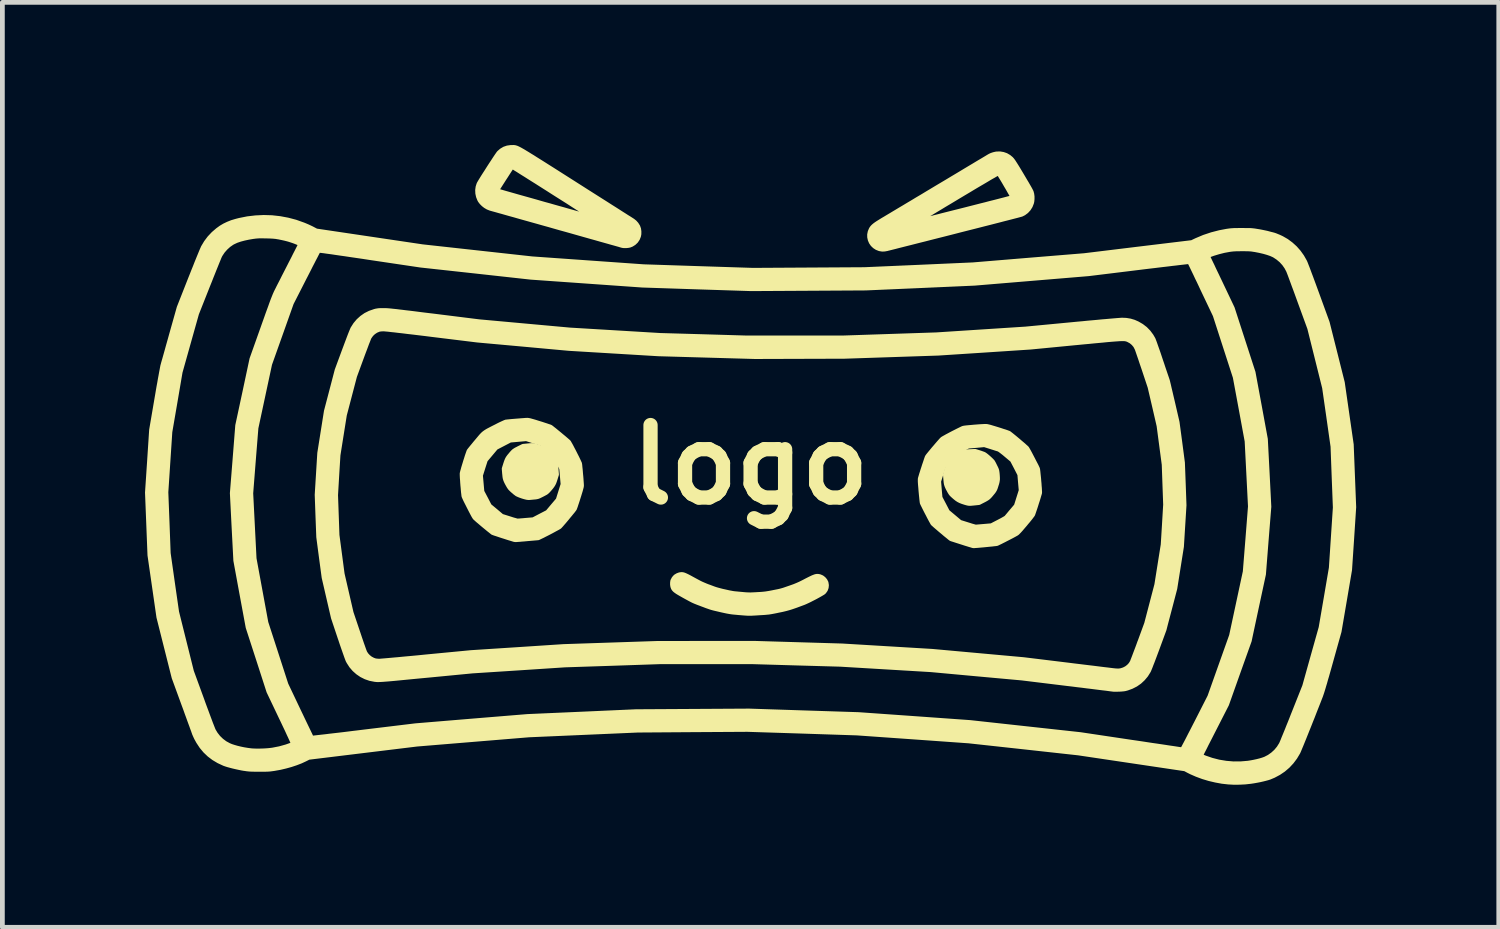
<source format=kicad_pcb>
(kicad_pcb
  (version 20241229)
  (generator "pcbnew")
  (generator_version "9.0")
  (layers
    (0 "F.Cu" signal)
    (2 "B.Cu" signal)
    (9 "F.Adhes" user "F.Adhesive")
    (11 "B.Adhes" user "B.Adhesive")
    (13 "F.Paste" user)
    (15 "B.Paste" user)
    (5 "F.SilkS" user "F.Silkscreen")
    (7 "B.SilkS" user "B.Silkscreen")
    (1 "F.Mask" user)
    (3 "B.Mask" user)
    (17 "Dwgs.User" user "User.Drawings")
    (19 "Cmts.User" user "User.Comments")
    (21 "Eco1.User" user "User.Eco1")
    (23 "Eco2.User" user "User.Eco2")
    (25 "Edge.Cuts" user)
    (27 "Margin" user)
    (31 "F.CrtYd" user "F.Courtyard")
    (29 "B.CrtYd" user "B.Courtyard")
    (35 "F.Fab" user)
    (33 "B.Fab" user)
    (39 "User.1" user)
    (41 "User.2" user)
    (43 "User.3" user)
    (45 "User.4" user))
  (footprint "logo"
    (layer "F.Cu")
    (at 12.736 6.724)
    (property "Reference" "logo" (at 0 0 0) (layer "F.SilkS") (effects (font (size 1.524 1.524) (thickness 0.3))))
    (attr through_hole)
    (fp_poly (pts (xy 5.193 0.275) (xy 5.193 0.309) (xy 5.189 0.339) (xy 5.183 0.371) (xy 5.173 0.407) (xy 5.169 0.418) (xy 5.156 0.46) (xy 5.145 0.493) (xy 5.133 0.52) (xy 5.119 0.544) (xy 5.101 0.57) (xy 5.076 0.6) (xy 5.063 0.616) (xy 5.037 0.647) (xy 5.015 0.67) (xy 4.995 0.689) (xy 4.973 0.705) (xy 4.947 0.721) (xy 4.914 0.739) (xy 4.879 0.757) (xy 4.803 0.796) (xy 4.709 0.806) (xy 4.667 0.81) (xy 4.636 0.813) (xy 4.611 0.814) (xy 4.591 0.813) (xy 4.572 0.81) (xy 4.551 0.805) (xy 4.525 0.798) (xy 4.505 0.792) (xy 4.453 0.775) (xy 4.41 0.758) (xy 4.373 0.739) (xy 4.338 0.716) (xy 4.302 0.687) (xy 4.282 0.67) (xy 4.253 0.644) (xy 4.231 0.623) (xy 4.214 0.603) (xy 4.199 0.58) (xy 4.182 0.552) (xy 4.177 0.541) (xy 4.154 0.5) (xy 4.138 0.466) (xy 4.126 0.436) (xy 4.117 0.407) (xy 4.111 0.375) (xy 4.107 0.337) (xy 4.104 0.304) (xy 4.096 0.204) (xy 4.121 0.124) (xy 4.135 0.079) (xy 4.147 0.044) (xy 4.159 0.016) (xy 4.172 -0.009) (xy 4.189 -0.034) (xy 4.211 -0.062) (xy 4.234 -0.09) (xy 4.298 -0.165) (xy 4.387 -0.213) (xy 4.427 -0.234) (xy 4.46 -0.249) (xy 4.49 -0.26) (xy 4.519 -0.268) (xy 4.553 -0.273) (xy 4.593 -0.276) (xy 4.635 -0.278) (xy 4.722 -0.282) (xy 4.806 -0.256) (xy 4.84 -0.245) (xy 4.87 -0.234) (xy 4.895 -0.225) (xy 4.91 -0.219) (xy 4.911 -0.218) (xy 4.928 -0.207) (xy 4.952 -0.189) (xy 4.98 -0.166) (xy 5.01 -0.14) (xy 5.038 -0.114) (xy 5.063 -0.09) (xy 5.082 -0.07) (xy 5.091 -0.059) (xy 5.101 -0.041) (xy 5.115 -0.016) (xy 5.13 0.015) (xy 5.144 0.043) (xy 5.16 0.076) (xy 5.171 0.102) (xy 5.178 0.124) (xy 5.182 0.147) (xy 5.186 0.176) (xy 5.187 0.186) (xy 5.191 0.236) (xy 5.193 0.275)) (stroke (width 0.1) (type solid)) (fill yes) (layer "F.SilkS"))
    (fp_poly (pts (xy -4.081 0.206) (xy -4.11 0.299) (xy -4.124 0.342) (xy -4.137 0.377) (xy -4.152 0.407) (xy -4.17 0.436) (xy -4.192 0.466) (xy -4.221 0.501) (xy -4.237 0.519) (xy -4.257 0.542) (xy -4.274 0.559) (xy -4.29 0.573) (xy -4.307 0.586) (xy -4.329 0.598) (xy -4.357 0.613) (xy -4.386 0.628) (xy -4.422 0.646) (xy -4.449 0.659) (xy -4.471 0.668) (xy -4.49 0.673) (xy -4.509 0.677) (xy -4.531 0.68) (xy -4.555 0.682) (xy -4.588 0.685) (xy -4.618 0.688) (xy -4.642 0.69) (xy -4.652 0.691) (xy -4.675 0.691) (xy -4.7 0.688) (xy -4.703 0.688) (xy -4.732 0.681) (xy -4.766 0.672) (xy -4.804 0.66) (xy -4.841 0.647) (xy -4.874 0.634) (xy -4.9 0.622) (xy -4.914 0.615) (xy -4.931 0.602) (xy -4.955 0.584) (xy -4.981 0.561) (xy -5.003 0.543) (xy -5.03 0.518) (xy -5.051 0.497) (xy -5.068 0.475) (xy -5.085 0.449) (xy -5.101 0.421) (xy -5.124 0.379) (xy -5.141 0.344) (xy -5.153 0.314) (xy -5.162 0.284) (xy -5.168 0.251) (xy -5.172 0.21) (xy -5.175 0.183) (xy -5.183 0.083) (xy -5.154 -0.01) (xy -5.14 -0.053) (xy -5.127 -0.088) (xy -5.113 -0.119) (xy -5.096 -0.147) (xy -5.074 -0.177) (xy -5.045 -0.211) (xy -5.028 -0.232) (xy -5.007 -0.255) (xy -4.99 -0.273) (xy -4.974 -0.287) (xy -4.956 -0.299) (xy -4.934 -0.313) (xy -4.904 -0.328) (xy -4.88 -0.341) (xy -4.785 -0.388) (xy -4.685 -0.398) (xy -4.645 -0.402) (xy -4.615 -0.404) (xy -4.591 -0.404) (xy -4.57 -0.403) (xy -4.547 -0.398) (xy -4.52 -0.391) (xy -4.485 -0.38) (xy -4.472 -0.376) (xy -4.43 -0.363) (xy -4.398 -0.352) (xy -4.372 -0.34) (xy -4.348 -0.326) (xy -4.323 -0.308) (xy -4.293 -0.283) (xy -4.283 -0.275) (xy -4.251 -0.247) (xy -4.226 -0.224) (xy -4.206 -0.203) (xy -4.19 -0.181) (xy -4.174 -0.155) (xy -4.156 -0.123) (xy -4.141 -0.091) (xy -4.097 -0.003) (xy -4.089 0.102) (xy -4.081 0.206)) (stroke (width 0.1) (type solid)) (fill yes) (layer "F.SilkS"))
    (fp_poly (pts (xy 1.596 2.534) (xy 1.591 2.583) (xy 1.575 2.628) (xy 1.546 2.669) (xy 1.538 2.677) (xy 1.523 2.689) (xy 1.497 2.705) (xy 1.461 2.726) (xy 1.415 2.752) (xy 1.36 2.782) (xy 1.333 2.796) (xy 1.278 2.824) (xy 1.233 2.847) (xy 1.193 2.866) (xy 1.156 2.883) (xy 1.119 2.899) (xy 1.079 2.914) (xy 1.033 2.931) (xy 0.979 2.951) (xy 0.966 2.956) (xy 0.909 2.976) (xy 0.862 2.992) (xy 0.821 3.005) (xy 0.783 3.016) (xy 0.746 3.026) (xy 0.706 3.036) (xy 0.66 3.047) (xy 0.605 3.058) (xy 0.585 3.062) (xy 0.529 3.074) (xy 0.483 3.083) (xy 0.445 3.09) (xy 0.41 3.096) (xy 0.378 3.101) (xy 0.344 3.104) (xy 0.305 3.108) (xy 0.26 3.111) (xy 0.205 3.114) (xy 0.191 3.115) (xy 0.131 3.119) (xy 0.082 3.122) (xy 0.041 3.124) (xy 0.007 3.126) (xy -0.023 3.126) (xy -0.052 3.126) (xy -0.082 3.124) (xy -0.115 3.122) (xy -0.154 3.119) (xy -0.202 3.115) (xy -0.251 3.111) (xy -0.304 3.106) (xy -0.349 3.102) (xy -0.387 3.098) (xy -0.422 3.093) (xy -0.457 3.087) (xy -0.495 3.08) (xy -0.538 3.071) (xy -0.589 3.06) (xy -0.628 3.051) (xy -0.687 3.037) (xy -0.735 3.026) (xy -0.776 3.016) (xy -0.813 3.006) (xy -0.848 2.995) (xy -0.885 2.982) (xy -0.926 2.968) (xy -0.975 2.949) (xy -1.008 2.937) (xy -1.06 2.917) (xy -1.103 2.901) (xy -1.138 2.887) (xy -1.168 2.875) (xy -1.195 2.863) (xy -1.221 2.851) (xy -1.248 2.837) (xy -1.278 2.821) (xy -1.315 2.801) (xy -1.359 2.777) (xy -1.404 2.752) (xy -1.459 2.721) (xy -1.504 2.695) (xy -1.54 2.673) (xy -1.567 2.654) (xy -1.589 2.637) (xy -1.605 2.621) (xy -1.617 2.606) (xy -1.626 2.59) (xy -1.637 2.56) (xy -1.643 2.522) (xy -1.643 2.483) (xy -1.639 2.449) (xy -1.635 2.437) (xy -1.611 2.392) (xy -1.578 2.355) (xy -1.535 2.329) (xy -1.497 2.315) (xy -1.477 2.311) (xy -1.459 2.309) (xy -1.44 2.309) (xy -1.42 2.312) (xy -1.397 2.319) (xy -1.369 2.331) (xy -1.335 2.347) (xy -1.294 2.368) (xy -1.243 2.396) (xy -1.208 2.415) (xy -1.153 2.445) (xy -1.106 2.47) (xy -1.066 2.491) (xy -1.028 2.509) (xy -0.991 2.525) (xy -0.951 2.542) (xy -0.906 2.56) (xy -0.872 2.572) (xy -0.816 2.593) (xy -0.768 2.611) (xy -0.725 2.625) (xy -0.682 2.637) (xy -0.637 2.649) (xy -0.586 2.662) (xy -0.548 2.67) (xy -0.495 2.682) (xy -0.45 2.692) (xy -0.411 2.699) (xy -0.374 2.706) (xy -0.336 2.711) (xy -0.292 2.715) (xy -0.241 2.72) (xy -0.207 2.723) (xy -0.153 2.728) (xy -0.109 2.732) (xy -0.072 2.734) (xy -0.04 2.735) (xy -0.008 2.736) (xy 0.026 2.735) (xy 0.064 2.733) (xy 0.111 2.731) (xy 0.14 2.729) (xy 0.196 2.726) (xy 0.242 2.723) (xy 0.281 2.719) (xy 0.318 2.715) (xy 0.356 2.709) (xy 0.398 2.702) (xy 0.447 2.693) (xy 0.481 2.686) (xy 0.536 2.675) (xy 0.582 2.666) (xy 0.622 2.657) (xy 0.659 2.647) (xy 0.697 2.636) (xy 0.738 2.622) (xy 0.787 2.605) (xy 0.822 2.593) (xy 0.876 2.574) (xy 0.921 2.558) (xy 0.96 2.542) (xy 0.998 2.526) (xy 1.036 2.509) (xy 1.077 2.489) (xy 1.125 2.465) (xy 1.168 2.442) (xy 1.225 2.413) (xy 1.272 2.39) (xy 1.31 2.372) (xy 1.341 2.36) (xy 1.366 2.351) (xy 1.388 2.347) (xy 1.408 2.346) (xy 1.428 2.348) (xy 1.448 2.352) (xy 1.46 2.356) (xy 1.499 2.373) (xy 1.535 2.401) (xy 1.565 2.436) (xy 1.585 2.474) (xy 1.588 2.483) (xy 1.596 2.534)) (stroke (width 0.1) (type solid)) (fill yes) (layer "F.SilkS"))
    (fp_poly (pts (xy 5.921 -5.588) (xy 5.916 -5.537) (xy 5.909 -5.507) (xy 5.883 -5.441) (xy 5.846 -5.382) (xy 5.8 -5.332) (xy 5.745 -5.291) (xy 5.7 -5.268) (xy 5.691 -5.265) (xy 5.669 -5.259) (xy 5.636 -5.25) (xy 5.591 -5.238) (xy 5.536 -5.224) (xy 5.517 -5.219) (xy 5.517 -5.622) (xy 5.515 -5.628) (xy 5.507 -5.645) (xy 5.493 -5.67) (xy 5.475 -5.702) (xy 5.453 -5.74) (xy 5.429 -5.783) (xy 5.403 -5.828) (xy 5.375 -5.875) (xy 5.348 -5.922) (xy 5.321 -5.968) (xy 5.295 -6.011) (xy 5.271 -6.05) (xy 5.251 -6.083) (xy 5.234 -6.11) (xy 5.223 -6.128) (xy 5.217 -6.135) (xy 5.214 -6.135) (xy 5.208 -6.134) (xy 5.198 -6.129) (xy 5.183 -6.122) (xy 5.164 -6.112) (xy 5.139 -6.098) (xy 5.109 -6.08) (xy 5.071 -6.059) (xy 5.027 -6.034) (xy 4.976 -6.003) (xy 4.917 -5.968) (xy 4.849 -5.928) (xy 4.772 -5.883) (xy 4.686 -5.832) (xy 4.59 -5.774) (xy 4.484 -5.711) (xy 4.367 -5.641) (xy 4.357 -5.635) (xy 4.259 -5.576) (xy 4.164 -5.519) (xy 4.073 -5.465) (xy 3.986 -5.412) (xy 3.904 -5.363) (xy 3.828 -5.317) (xy 3.758 -5.275) (xy 3.694 -5.237) (xy 3.639 -5.204) (xy 3.591 -5.175) (xy 3.553 -5.151) (xy 3.524 -5.134) (xy 3.505 -5.122) (xy 3.496 -5.116) (xy 3.496 -5.116) (xy 3.491 -5.109) (xy 3.495 -5.107) (xy 3.502 -5.108) (xy 3.521 -5.113) (xy 3.552 -5.121) (xy 3.594 -5.131) (xy 3.647 -5.144) (xy 3.708 -5.16) (xy 3.778 -5.177) (xy 3.857 -5.197) (xy 3.942 -5.218) (xy 4.034 -5.242) (xy 4.133 -5.267) (xy 4.236 -5.293) (xy 4.344 -5.32) (xy 4.455 -5.348) (xy 4.507 -5.361) (xy 4.62 -5.39) (xy 4.73 -5.418) (xy 4.835 -5.445) (xy 4.936 -5.47) (xy 5.03 -5.495) (xy 5.119 -5.517) (xy 5.201 -5.538) (xy 5.274 -5.557) (xy 5.34 -5.574) (xy 5.396 -5.589) (xy 5.442 -5.601) (xy 5.478 -5.611) (xy 5.503 -5.617) (xy 5.516 -5.621) (xy 5.517 -5.622) (xy 5.517 -5.219) (xy 5.471 -5.207) (xy 5.397 -5.188) (xy 5.314 -5.167) (xy 5.223 -5.143) (xy 5.125 -5.118) (xy 5.02 -5.091) (xy 4.909 -5.063) (xy 4.792 -5.033) (xy 4.67 -5.002) (xy 4.543 -4.97) (xy 4.413 -4.937) (xy 4.297 -4.907) (xy 4.164 -4.873) (xy 4.034 -4.84) (xy 3.907 -4.808) (xy 3.785 -4.777) (xy 3.668 -4.747) (xy 3.556 -4.719) (xy 3.45 -4.692) (xy 3.352 -4.667) (xy 3.26 -4.644) (xy 3.177 -4.623) (xy 3.102 -4.604) (xy 3.037 -4.587) (xy 2.981 -4.573) (xy 2.936 -4.562) (xy 2.902 -4.553) (xy 2.88 -4.548) (xy 2.871 -4.545) (xy 2.817 -4.535) (xy 2.769 -4.533) (xy 2.722 -4.541) (xy 2.714 -4.542) (xy 2.658 -4.564) (xy 2.61 -4.595) (xy 2.569 -4.634) (xy 2.537 -4.68) (xy 2.515 -4.731) (xy 2.503 -4.785) (xy 2.502 -4.84) (xy 2.513 -4.896) (xy 2.534 -4.946) (xy 2.545 -4.966) (xy 2.558 -4.984) (xy 2.573 -5.001) (xy 2.592 -5.019) (xy 2.615 -5.038) (xy 2.645 -5.06) (xy 2.683 -5.085) (xy 2.728 -5.113) (xy 2.783 -5.147) (xy 2.831 -5.175) (xy 2.859 -5.192) (xy 2.899 -5.216) (xy 2.948 -5.245) (xy 3.006 -5.28) (xy 3.073 -5.32) (xy 3.148 -5.365) (xy 3.229 -5.413) (xy 3.317 -5.466) (xy 3.41 -5.521) (xy 3.507 -5.58) (xy 3.609 -5.64) (xy 3.713 -5.703) (xy 3.82 -5.767) (xy 3.928 -5.832) (xy 4.024 -5.889) (xy 4.13 -5.952) (xy 4.233 -6.014) (xy 4.332 -6.073) (xy 4.427 -6.13) (xy 4.518 -6.185) (xy 4.603 -6.236) (xy 4.682 -6.283) (xy 4.755 -6.327) (xy 4.82 -6.366) (xy 4.878 -6.4) (xy 4.928 -6.43) (xy 4.968 -6.454) (xy 4.999 -6.473) (xy 5.02 -6.485) (xy 5.03 -6.491) (xy 5.031 -6.492) (xy 5.068 -6.509) (xy 5.113 -6.524) (xy 5.161 -6.535) (xy 5.177 -6.537) (xy 5.244 -6.539) (xy 5.31 -6.528) (xy 5.373 -6.506) (xy 5.431 -6.472) (xy 5.477 -6.434) (xy 5.487 -6.423) (xy 5.498 -6.411) (xy 5.51 -6.395) (xy 5.524 -6.376) (xy 5.54 -6.351) (xy 5.56 -6.32) (xy 5.584 -6.282) (xy 5.612 -6.237) (xy 5.645 -6.182) (xy 5.684 -6.117) (xy 5.703 -6.085) (xy 5.738 -6.026) (xy 5.772 -5.968) (xy 5.804 -5.915) (xy 5.832 -5.866) (xy 5.857 -5.823) (xy 5.877 -5.787) (xy 5.891 -5.76) (xy 5.9 -5.742) (xy 5.902 -5.738) (xy 5.914 -5.694) (xy 5.921 -5.642) (xy 5.921 -5.588)) (stroke (width 0.1) (type solid)) (fill yes) (layer "F.SilkS"))
    (fp_poly (pts (xy -2.347 -4.905) (xy -2.348 -4.85) (xy -2.356 -4.809) (xy -2.378 -4.754) (xy -2.411 -4.705) (xy -2.454 -4.664) (xy -2.503 -4.633) (xy -2.546 -4.616) (xy -2.573 -4.611) (xy -2.606 -4.607) (xy -2.641 -4.606) (xy -2.673 -4.607) (xy -2.698 -4.611) (xy -2.7 -4.612) (xy -2.709 -4.614) (xy -2.73 -4.62) (xy -2.762 -4.63) (xy -2.805 -4.642) (xy -2.858 -4.657) (xy -2.92 -4.674) (xy -2.99 -4.694) (xy -3.068 -4.716) (xy -3.154 -4.74) (xy -3.245 -4.766) (xy -3.323 -4.788) (xy -3.323 -5.198) (xy -3.323 -5.2) (xy -3.329 -5.204) (xy -3.345 -5.215) (xy -3.372 -5.233) (xy -3.407 -5.256) (xy -3.45 -5.284) (xy -3.501 -5.316) (xy -3.559 -5.353) (xy -3.623 -5.394) (xy -3.692 -5.438) (xy -3.765 -5.485) (xy -3.842 -5.535) (xy -3.923 -5.586) (xy -4.005 -5.638) (xy -4.089 -5.691) (xy -4.174 -5.745) (xy -4.258 -5.799) (xy -4.342 -5.852) (xy -4.424 -5.904) (xy -4.504 -5.955) (xy -4.581 -6.003) (xy -4.654 -6.049) (xy -4.723 -6.093) (xy -4.786 -6.132) (xy -4.843 -6.168) (xy -4.893 -6.2) (xy -4.936 -6.226) (xy -4.97 -6.248) (xy -4.996 -6.263) (xy -5.011 -6.272) (xy -5.016 -6.275) (xy -5.021 -6.269) (xy -5.032 -6.253) (xy -5.049 -6.227) (xy -5.07 -6.195) (xy -5.096 -6.155) (xy -5.125 -6.11) (xy -5.157 -6.06) (xy -5.184 -6.019) (xy -5.346 -5.765) (xy -5.328 -5.759) (xy -5.32 -5.756) (xy -5.299 -5.751) (xy -5.268 -5.742) (xy -5.226 -5.73) (xy -5.175 -5.715) (xy -5.115 -5.698) (xy -5.048 -5.679) (xy -4.974 -5.658) (xy -4.894 -5.635) (xy -4.808 -5.611) (xy -4.719 -5.586) (xy -4.626 -5.56) (xy -4.53 -5.533) (xy -4.433 -5.505) (xy -4.335 -5.477) (xy -4.236 -5.45) (xy -4.139 -5.422) (xy -4.043 -5.395) (xy -3.949 -5.369) (xy -3.859 -5.343) (xy -3.773 -5.319) (xy -3.692 -5.296) (xy -3.617 -5.275) (xy -3.549 -5.256) (xy -3.488 -5.239) (xy -3.436 -5.224) (xy -3.393 -5.212) (xy -3.36 -5.203) (xy -3.337 -5.197) (xy -3.327 -5.194) (xy -3.327 -5.194) (xy -3.323 -5.198) (xy -3.323 -4.788) (xy -3.342 -4.793) (xy -3.444 -4.822) (xy -3.55 -4.852) (xy -3.66 -4.883) (xy -3.772 -4.915) (xy -3.886 -4.947) (xy -4.002 -4.979) (xy -4.118 -5.012) (xy -4.233 -5.045) (xy -4.348 -5.077) (xy -4.461 -5.109) (xy -4.572 -5.14) (xy -4.679 -5.17) (xy -4.783 -5.199) (xy -4.882 -5.227) (xy -4.976 -5.254) (xy -5.064 -5.278) (xy -5.145 -5.301) (xy -5.218 -5.322) (xy -5.284 -5.34) (xy -5.34 -5.356) (xy -5.387 -5.369) (xy -5.423 -5.379) (xy -5.449 -5.386) (xy -5.462 -5.39) (xy -5.464 -5.39) (xy -5.48 -5.396) (xy -5.503 -5.405) (xy -5.529 -5.416) (xy -5.534 -5.419) (xy -5.576 -5.444) (xy -5.618 -5.477) (xy -5.656 -5.515) (xy -5.687 -5.555) (xy -5.7 -5.579) (xy -5.725 -5.642) (xy -5.739 -5.708) (xy -5.742 -5.776) (xy -5.733 -5.842) (xy -5.714 -5.901) (xy -5.707 -5.915) (xy -5.693 -5.939) (xy -5.674 -5.971) (xy -5.65 -6.01) (xy -5.622 -6.055) (xy -5.591 -6.104) (xy -5.557 -6.156) (xy -5.523 -6.21) (xy -5.488 -6.265) (xy -5.453 -6.319) (xy -5.419 -6.37) (xy -5.388 -6.418) (xy -5.359 -6.462) (xy -5.334 -6.499) (xy -5.314 -6.528) (xy -5.299 -6.549) (xy -5.29 -6.56) (xy -5.237 -6.606) (xy -5.178 -6.641) (xy -5.114 -6.663) (xy -5.044 -6.673) (xy -5.02 -6.673) (xy -5.007 -6.673) (xy -4.996 -6.674) (xy -4.985 -6.674) (xy -4.975 -6.673) (xy -4.964 -6.672) (xy -4.953 -6.67) (xy -4.94 -6.666) (xy -4.926 -6.662) (xy -4.909 -6.655) (xy -4.89 -6.646) (xy -4.868 -6.635) (xy -4.842 -6.621) (xy -4.812 -6.604) (xy -4.777 -6.584) (xy -4.738 -6.56) (xy -4.693 -6.533) (xy -4.642 -6.501) (xy -4.584 -6.466) (xy -4.52 -6.425) (xy -4.448 -6.38) (xy -4.368 -6.33) (xy -4.28 -6.274) (xy -4.183 -6.213) (xy -4.076 -6.145) (xy -3.96 -6.071) (xy -3.834 -5.991) (xy -3.697 -5.904) (xy -3.677 -5.891) (xy -3.562 -5.818) (xy -3.451 -5.747) (xy -3.342 -5.678) (xy -3.238 -5.612) (xy -3.137 -5.548) (xy -3.042 -5.488) (xy -2.953 -5.431) (xy -2.869 -5.378) (xy -2.792 -5.329) (xy -2.722 -5.284) (xy -2.66 -5.245) (xy -2.606 -5.21) (xy -2.56 -5.182) (xy -2.524 -5.159) (xy -2.498 -5.142) (xy -2.482 -5.132) (xy -2.478 -5.129) (xy -2.439 -5.098) (xy -2.404 -5.059) (xy -2.376 -5.015) (xy -2.371 -5.006) (xy -2.354 -4.958) (xy -2.347 -4.905)) (stroke (width 0.1) (type solid)) (fill yes) (layer "F.SilkS"))
    (fp_poly (pts (xy -3.556 0.436) (xy -3.557 0.451) (xy -3.561 0.473) (xy -3.569 0.502) (xy -3.579 0.54) (xy -3.594 0.589) (xy -3.612 0.648) (xy -3.624 0.685) (xy -3.64 0.737) (xy -3.656 0.786) (xy -3.671 0.83) (xy -3.683 0.868) (xy -3.694 0.898) (xy -3.701 0.917) (xy -3.704 0.924) (xy -3.711 0.934) (xy -3.725 0.953) (xy -3.745 0.979) (xy -3.771 1.01) (xy -3.8 1.046) (xy -3.832 1.084) (xy -3.864 1.124) (xy -3.897 1.163) (xy -3.928 1.2) (xy -3.945 1.219) (xy -3.945 0.411) (xy -3.96 0.244) (xy -3.975 0.076) (xy -4.053 -0.074) (xy -4.131 -0.225) (xy -4.263 -0.335) (xy -4.395 -0.446) (xy -4.556 -0.496) (xy -4.717 -0.547) (xy -4.887 -0.532) (xy -5.057 -0.517) (xy -5.207 -0.439) (xy -5.357 -0.361) (xy -5.467 -0.23) (xy -5.577 -0.099) (xy -5.629 0.063) (xy -5.68 0.225) (xy -5.665 0.395) (xy -5.65 0.565) (xy -5.571 0.715) (xy -5.493 0.866) (xy -5.363 0.974) (xy -5.234 1.083) (xy -5.078 1.132) (xy -5.034 1.146) (xy -4.993 1.159) (xy -4.957 1.169) (xy -4.928 1.177) (xy -4.908 1.182) (xy -4.901 1.183) (xy -4.889 1.182) (xy -4.865 1.181) (xy -4.832 1.178) (xy -4.793 1.175) (xy -4.749 1.171) (xy -4.725 1.169) (xy -4.57 1.156) (xy -4.419 1.077) (xy -4.268 0.999) (xy -4.158 0.868) (xy -4.047 0.737) (xy -3.996 0.574) (xy -3.945 0.411) (xy -3.945 1.219) (xy -3.957 1.233) (xy -3.982 1.262) (xy -4.002 1.284) (xy -4.015 1.298) (xy -4.018 1.301) (xy -4.028 1.308) (xy -4.048 1.32) (xy -4.077 1.336) (xy -4.113 1.355) (xy -4.153 1.377) (xy -4.197 1.401) (xy -4.243 1.425) (xy -4.288 1.448) (xy -4.332 1.47) (xy -4.372 1.491) (xy -4.406 1.507) (xy -4.468 1.537) (xy -4.699 1.557) (xy -4.763 1.563) (xy -4.815 1.567) (xy -4.856 1.571) (xy -4.889 1.573) (xy -4.913 1.575) (xy -4.932 1.576) (xy -4.945 1.576) (xy -4.955 1.575) (xy -4.963 1.574) (xy -4.97 1.573) (xy -4.984 1.569) (xy -5.009 1.561) (xy -5.042 1.551) (xy -5.082 1.539) (xy -5.126 1.525) (xy -5.172 1.51) (xy -5.22 1.495) (xy -5.266 1.48) (xy -5.31 1.465) (xy -5.349 1.452) (xy -5.381 1.442) (xy -5.405 1.433) (xy -5.418 1.428) (xy -5.42 1.428) (xy -5.43 1.421) (xy -5.449 1.406) (xy -5.475 1.385) (xy -5.507 1.36) (xy -5.543 1.33) (xy -5.581 1.299) (xy -5.621 1.266) (xy -5.66 1.233) (xy -5.697 1.201) (xy -5.731 1.173) (xy -5.759 1.148) (xy -5.781 1.128) (xy -5.795 1.115) (xy -5.799 1.111) (xy -5.807 1.098) (xy -5.821 1.076) (xy -5.838 1.045) (xy -5.858 1.007) (xy -5.88 0.965) (xy -5.903 0.92) (xy -5.927 0.873) (xy -5.95 0.827) (xy -5.972 0.784) (xy -5.992 0.744) (xy -6.008 0.71) (xy -6.02 0.683) (xy -6.027 0.666) (xy -6.029 0.662) (xy -6.032 0.644) (xy -6.035 0.615) (xy -6.04 0.577) (xy -6.044 0.532) (xy -6.048 0.483) (xy -6.053 0.432) (xy -6.057 0.38) (xy -6.06 0.33) (xy -6.064 0.283) (xy -6.066 0.243) (xy -6.067 0.211) (xy -6.067 0.189) (xy -6.067 0.184) (xy -6.064 0.169) (xy -6.058 0.143) (xy -6.048 0.109) (xy -6.037 0.067) (xy -6.023 0.021) (xy -6.008 -0.028) (xy -5.993 -0.078) (xy -5.977 -0.127) (xy -5.963 -0.173) (xy -5.949 -0.214) (xy -5.937 -0.248) (xy -5.928 -0.274) (xy -5.922 -0.288) (xy -5.915 -0.298) (xy -5.901 -0.316) (xy -5.881 -0.341) (xy -5.855 -0.373) (xy -5.824 -0.41) (xy -5.791 -0.451) (xy -5.763 -0.484) (xy -5.726 -0.528) (xy -5.695 -0.565) (xy -5.669 -0.596) (xy -5.646 -0.621) (xy -5.624 -0.643) (xy -5.603 -0.661) (xy -5.58 -0.678) (xy -5.554 -0.695) (xy -5.524 -0.713) (xy -5.488 -0.732) (xy -5.444 -0.755) (xy -5.391 -0.782) (xy -5.347 -0.804) (xy -5.299 -0.829) (xy -5.254 -0.851) (xy -5.215 -0.869) (xy -5.182 -0.884) (xy -5.158 -0.894) (xy -5.144 -0.899) (xy -5.144 -0.899) (xy -5.125 -0.901) (xy -5.095 -0.904) (xy -5.057 -0.908) (xy -5.013 -0.912) (xy -4.964 -0.916) (xy -4.914 -0.92) (xy -4.864 -0.924) (xy -4.817 -0.928) (xy -4.774 -0.931) (xy -4.738 -0.934) (xy -4.712 -0.935) (xy -4.697 -0.936) (xy -4.683 -0.935) (xy -4.665 -0.932) (xy -4.643 -0.928) (xy -4.615 -0.92) (xy -4.579 -0.91) (xy -4.534 -0.897) (xy -4.478 -0.879) (xy -4.442 -0.868) (xy -4.39 -0.852) (xy -4.342 -0.836) (xy -4.298 -0.822) (xy -4.261 -0.809) (xy -4.232 -0.8) (xy -4.214 -0.793) (xy -4.208 -0.79) (xy -4.199 -0.784) (xy -4.181 -0.77) (xy -4.156 -0.75) (xy -4.125 -0.726) (xy -4.09 -0.697) (xy -4.052 -0.666) (xy -4.013 -0.634) (xy -3.974 -0.601) (xy -3.936 -0.57) (xy -3.902 -0.541) (xy -3.873 -0.516) (xy -3.85 -0.496) (xy -3.834 -0.482) (xy -3.828 -0.476) (xy -3.821 -0.466) (xy -3.809 -0.444) (xy -3.792 -0.415) (xy -3.772 -0.378) (xy -3.751 -0.337) (xy -3.727 -0.292) (xy -3.703 -0.245) (xy -3.68 -0.199) (xy -3.657 -0.154) (xy -3.637 -0.113) (xy -3.62 -0.077) (xy -3.607 -0.048) (xy -3.598 -0.029) (xy -3.596 -0.02) (xy -3.593 -0.005) (xy -3.59 0.021) (xy -3.587 0.056) (xy -3.582 0.099) (xy -3.578 0.146) (xy -3.574 0.196) (xy -3.569 0.246) (xy -3.565 0.295) (xy -3.562 0.34) (xy -3.559 0.38) (xy -3.557 0.411) (xy -3.556 0.433) (xy -3.556 0.436)) (stroke (width 0.1) (type solid)) (fill yes) (layer "F.SilkS"))
    (fp_poly (pts (xy 6.079 0.583) (xy 6.079 0.591) (xy 6.075 0.607) (xy 6.067 0.633) (xy 6.057 0.667) (xy 6.045 0.708) (xy 6.031 0.753) (xy 6.015 0.801) (xy 6 0.85) (xy 5.985 0.897) (xy 5.97 0.941) (xy 5.957 0.98) (xy 5.946 1.012) (xy 5.938 1.035) (xy 5.933 1.047) (xy 5.933 1.047) (xy 5.925 1.059) (xy 5.91 1.079) (xy 5.889 1.107) (xy 5.862 1.141) (xy 5.831 1.179) (xy 5.796 1.22) (xy 5.771 1.251) (xy 5.728 1.301) (xy 5.693 1.342) (xy 5.69 1.346) (xy 5.69 0.54) (xy 5.675 0.372) (xy 5.661 0.204) (xy 5.583 0.052) (xy 5.504 -0.099) (xy 5.372 -0.21) (xy 5.334 -0.242) (xy 5.298 -0.27) (xy 5.267 -0.294) (xy 5.242 -0.312) (xy 5.225 -0.323) (xy 5.219 -0.326) (xy 5.206 -0.33) (xy 5.183 -0.337) (xy 5.151 -0.347) (xy 5.114 -0.359) (xy 5.072 -0.372) (xy 5.057 -0.377) (xy 4.916 -0.421) (xy 4.746 -0.405) (xy 4.575 -0.39) (xy 4.428 -0.313) (xy 4.281 -0.236) (xy 4.176 -0.113) (xy 4.146 -0.078) (xy 4.118 -0.045) (xy 4.095 -0.016) (xy 4.077 0.006) (xy 4.065 0.022) (xy 4.061 0.027) (xy 4.057 0.038) (xy 4.049 0.059) (xy 4.039 0.09) (xy 4.027 0.127) (xy 4.013 0.169) (xy 4.004 0.197) (xy 3.956 0.351) (xy 3.97 0.521) (xy 3.985 0.691) (xy 4.063 0.84) (xy 4.141 0.99) (xy 4.272 1.1) (xy 4.403 1.21) (xy 4.559 1.259) (xy 4.604 1.273) (xy 4.644 1.286) (xy 4.68 1.296) (xy 4.708 1.304) (xy 4.726 1.309) (xy 4.732 1.31) (xy 4.744 1.309) (xy 4.766 1.308) (xy 4.798 1.305) (xy 4.836 1.302) (xy 4.88 1.298) (xy 4.908 1.296) (xy 5.066 1.282) (xy 5.215 1.205) (xy 5.257 1.183) (xy 5.295 1.163) (xy 5.328 1.144) (xy 5.354 1.129) (xy 5.371 1.118) (xy 5.377 1.113) (xy 5.386 1.104) (xy 5.401 1.086) (xy 5.422 1.061) (xy 5.447 1.031) (xy 5.475 0.997) (xy 5.489 0.981) (xy 5.588 0.864) (xy 5.639 0.702) (xy 5.69 0.54) (xy 5.69 1.346) (xy 5.664 1.375) (xy 5.641 1.4) (xy 5.622 1.419) (xy 5.607 1.434) (xy 5.594 1.443) (xy 5.587 1.448) (xy 5.567 1.459) (xy 5.538 1.475) (xy 5.503 1.494) (xy 5.463 1.515) (xy 5.42 1.537) (xy 5.375 1.56) (xy 5.331 1.583) (xy 5.289 1.604) (xy 5.252 1.623) (xy 5.22 1.638) (xy 5.196 1.65) (xy 5.182 1.656) (xy 5.18 1.657) (xy 5.169 1.659) (xy 5.147 1.662) (xy 5.116 1.665) (xy 5.076 1.67) (xy 5.031 1.674) (xy 4.983 1.679) (xy 4.932 1.684) (xy 4.882 1.689) (xy 4.834 1.693) (xy 4.79 1.697) (xy 4.752 1.7) (xy 4.721 1.702) (xy 4.701 1.704) (xy 4.693 1.704) (xy 4.677 1.702) (xy 4.669 1.7) (xy 4.656 1.696) (xy 4.634 1.689) (xy 4.602 1.68) (xy 4.564 1.668) (xy 4.521 1.655) (xy 4.475 1.64) (xy 4.428 1.625) (xy 4.381 1.61) (xy 4.337 1.596) (xy 4.297 1.583) (xy 4.263 1.572) (xy 4.237 1.564) (xy 4.22 1.558) (xy 4.215 1.556) (xy 4.205 1.549) (xy 4.187 1.535) (xy 4.162 1.514) (xy 4.131 1.489) (xy 4.095 1.46) (xy 4.058 1.428) (xy 4.018 1.395) (xy 3.979 1.362) (xy 3.942 1.33) (xy 3.908 1.301) (xy 3.878 1.275) (xy 3.855 1.254) (xy 3.838 1.239) (xy 3.831 1.231) (xy 3.824 1.219) (xy 3.812 1.197) (xy 3.795 1.167) (xy 3.776 1.131) (xy 3.754 1.09) (xy 3.732 1.046) (xy 3.708 1.001) (xy 3.685 0.956) (xy 3.664 0.914) (xy 3.645 0.876) (xy 3.629 0.844) (xy 3.617 0.819) (xy 3.61 0.804) (xy 3.609 0.8) (xy 3.607 0.789) (xy 3.604 0.766) (xy 3.6 0.732) (xy 3.596 0.691) (xy 3.591 0.643) (xy 3.586 0.591) (xy 3.582 0.548) (xy 3.577 0.483) (xy 3.572 0.429) (xy 3.569 0.387) (xy 3.567 0.353) (xy 3.567 0.328) (xy 3.567 0.309) (xy 3.568 0.295) (xy 3.569 0.289) (xy 3.575 0.268) (xy 3.584 0.238) (xy 3.595 0.2) (xy 3.609 0.157) (xy 3.623 0.111) (xy 3.639 0.063) (xy 3.654 0.015) (xy 3.67 -0.031) (xy 3.684 -0.073) (xy 3.696 -0.11) (xy 3.706 -0.138) (xy 3.713 -0.158) (xy 3.717 -0.165) (xy 3.725 -0.177) (xy 3.74 -0.197) (xy 3.762 -0.224) (xy 3.789 -0.257) (xy 3.819 -0.293) (xy 3.851 -0.332) (xy 3.885 -0.371) (xy 3.918 -0.41) (xy 3.949 -0.446) (xy 3.977 -0.478) (xy 4.001 -0.505) (xy 4.02 -0.526) (xy 4.032 -0.537) (xy 4.033 -0.539) (xy 4.046 -0.547) (xy 4.068 -0.56) (xy 4.099 -0.577) (xy 4.136 -0.598) (xy 4.178 -0.62) (xy 4.223 -0.644) (xy 4.269 -0.668) (xy 4.315 -0.691) (xy 4.358 -0.713) (xy 4.397 -0.732) (xy 4.431 -0.749) (xy 4.456 -0.761) (xy 4.472 -0.767) (xy 4.475 -0.768) (xy 4.491 -0.771) (xy 4.518 -0.775) (xy 4.555 -0.779) (xy 4.598 -0.783) (xy 4.647 -0.787) (xy 4.698 -0.792) (xy 4.75 -0.796) (xy 4.8 -0.8) (xy 4.847 -0.803) (xy 4.888 -0.805) (xy 4.922 -0.807) (xy 4.945 -0.807) (xy 4.953 -0.807) (xy 4.972 -0.805) (xy 5 -0.799) (xy 5.036 -0.79) (xy 5.082 -0.776) (xy 5.139 -0.759) (xy 5.204 -0.739) (xy 5.255 -0.723) (xy 5.302 -0.707) (xy 5.345 -0.694) (xy 5.38 -0.682) (xy 5.407 -0.672) (xy 5.424 -0.666) (xy 5.429 -0.664) (xy 5.44 -0.657) (xy 5.459 -0.642) (xy 5.486 -0.621) (xy 5.518 -0.595) (xy 5.555 -0.565) (xy 5.593 -0.533) (xy 5.633 -0.5) (xy 5.672 -0.466) (xy 5.709 -0.435) (xy 5.743 -0.406) (xy 5.771 -0.38) (xy 5.793 -0.361) (xy 5.807 -0.347) (xy 5.81 -0.344) (xy 5.817 -0.332) (xy 5.83 -0.31) (xy 5.847 -0.28) (xy 5.867 -0.243) (xy 5.889 -0.201) (xy 5.912 -0.157) (xy 5.936 -0.111) (xy 5.959 -0.066) (xy 5.981 -0.024) (xy 6.001 0.014) (xy 6.017 0.047) (xy 6.028 0.071) (xy 6.035 0.086) (xy 6.035 0.087) (xy 6.038 0.099) (xy 6.041 0.123) (xy 6.045 0.157) (xy 6.049 0.198) (xy 6.054 0.244) (xy 6.059 0.294) (xy 6.063 0.346) (xy 6.068 0.397) (xy 6.071 0.446) (xy 6.075 0.491) (xy 6.077 0.53) (xy 6.079 0.561) (xy 6.079 0.583)) (stroke (width 0.1) (type solid)) (fill yes) (layer "F.SilkS"))
    (fp_poly (pts (xy 9.117 0.852) (xy 9.09 1.287) (xy 9.063 1.721) (xy 8.993 2.162) (xy 8.923 2.603) (xy 8.81 3.035) (xy 8.727 3.349) (xy 8.727 0.839) (xy 8.712 0.418) (xy 8.697 -0.003) (xy 8.643 -0.411) (xy 8.589 -0.819) (xy 8.495 -1.227) (xy 8.4 -1.634) (xy 8.272 -2.019) (xy 8.248 -2.089) (xy 8.225 -2.156) (xy 8.204 -2.22) (xy 8.184 -2.278) (xy 8.166 -2.33) (xy 8.151 -2.374) (xy 8.139 -2.409) (xy 8.13 -2.434) (xy 8.125 -2.446) (xy 8.095 -2.504) (xy 8.053 -2.554) (xy 8.003 -2.596) (xy 7.944 -2.628) (xy 7.93 -2.634) (xy 7.919 -2.638) (xy 7.909 -2.641) (xy 7.898 -2.644) (xy 7.886 -2.646) (xy 7.872 -2.648) (xy 7.856 -2.65) (xy 7.837 -2.65) (xy 7.813 -2.65) (xy 7.785 -2.649) (xy 7.752 -2.648) (xy 7.714 -2.645) (xy 7.668 -2.642) (xy 7.616 -2.638) (xy 7.555 -2.633) (xy 7.487 -2.627) (xy 7.409 -2.619) (xy 7.321 -2.611) (xy 7.222 -2.602) (xy 7.113 -2.591) (xy 6.992 -2.58) (xy 6.858 -2.567) (xy 6.825 -2.564) (xy 5.885 -2.473) (xy 4.916 -2.409) (xy 3.947 -2.346) (xy 2.961 -2.313) (xy 1.975 -2.28) (xy 1.033 -2.277) (xy 0.09 -2.274) (xy -0.922 -2.303) (xy -1.935 -2.332) (xy -2.88 -2.389) (xy -3.825 -2.446) (xy -4.785 -2.534) (xy -5.745 -2.621) (xy -6.698 -2.738) (xy -6.84 -2.756) (xy -6.974 -2.772) (xy -7.097 -2.787) (xy -7.211 -2.8) (xy -7.314 -2.813) (xy -7.406 -2.823) (xy -7.487 -2.833) (xy -7.557 -2.84) (xy -7.614 -2.847) (xy -7.66 -2.851) (xy -7.693 -2.854) (xy -7.714 -2.856) (xy -7.717 -2.856) (xy -7.768 -2.854) (xy -7.807 -2.849) (xy -7.821 -2.845) (xy -7.879 -2.821) (xy -7.933 -2.785) (xy -7.979 -2.741) (xy -8.016 -2.689) (xy -8.024 -2.675) (xy -8.03 -2.661) (xy -8.04 -2.635) (xy -8.054 -2.599) (xy -8.072 -2.555) (xy -8.091 -2.503) (xy -8.113 -2.444) (xy -8.137 -2.381) (xy -8.162 -2.314) (xy -8.187 -2.246) (xy -8.328 -1.862) (xy -8.435 -1.454) (xy -8.542 -1.046) (xy -8.609 -0.625) (xy -8.676 -0.204) (xy -8.702 0.217) (xy -8.727 0.638) (xy -8.712 1.059) (xy -8.697 1.481) (xy -8.643 1.888) (xy -8.589 2.296) (xy -8.495 2.704) (xy -8.401 3.111) (xy -8.267 3.509) (xy -8.243 3.58) (xy -8.22 3.649) (xy -8.198 3.713) (xy -8.178 3.772) (xy -8.159 3.825) (xy -8.143 3.871) (xy -8.13 3.907) (xy -8.12 3.933) (xy -8.114 3.948) (xy -8.114 3.949) (xy -8.084 3.996) (xy -8.044 4.04) (xy -7.997 4.077) (xy -7.943 4.106) (xy -7.898 4.122) (xy -7.874 4.126) (xy -7.843 4.129) (xy -7.812 4.131) (xy -7.81 4.131) (xy -7.797 4.13) (xy -7.772 4.128) (xy -7.735 4.125) (xy -7.687 4.121) (xy -7.629 4.116) (xy -7.561 4.11) (xy -7.485 4.103) (xy -7.402 4.096) (xy -7.312 4.087) (xy -7.215 4.078) (xy -7.114 4.069) (xy -7.008 4.059) (xy -6.898 4.048) (xy -6.818 4.04) (xy -5.879 3.95) (xy -4.906 3.887) (xy -3.934 3.823) (xy -2.948 3.79) (xy -1.962 3.757) (xy -0.929 3.756) (xy 0.104 3.756) (xy 1.013 3.783) (xy 1.922 3.81) (xy 2.871 3.867) (xy 3.82 3.924) (xy 4.779 4.011) (xy 5.738 4.098) (xy 6.688 4.214) (xy 6.799 4.228) (xy 6.907 4.241) (xy 7.012 4.254) (xy 7.111 4.266) (xy 7.204 4.277) (xy 7.291 4.288) (xy 7.371 4.298) (xy 7.443 4.307) (xy 7.506 4.314) (xy 7.56 4.321) (xy 7.603 4.326) (xy 7.636 4.33) (xy 7.656 4.332) (xy 7.663 4.333) (xy 7.709 4.336) (xy 7.746 4.336) (xy 7.783 4.331) (xy 7.796 4.328) (xy 7.852 4.31) (xy 7.906 4.282) (xy 7.954 4.245) (xy 7.995 4.201) (xy 8.024 4.154) (xy 8.03 4.141) (xy 8.039 4.116) (xy 8.053 4.081) (xy 8.07 4.037) (xy 8.089 3.986) (xy 8.111 3.928) (xy 8.135 3.865) (xy 8.16 3.798) (xy 8.185 3.728) (xy 8.186 3.728) (xy 8.328 3.341) (xy 8.435 2.932) (xy 8.542 2.523) (xy 8.609 2.102) (xy 8.676 1.681) (xy 8.702 1.26) (xy 8.727 0.839) (xy 8.727 3.349) (xy 8.697 3.466) (xy 8.546 3.877) (xy 8.519 3.949) (xy 8.493 4.019) (xy 8.468 4.085) (xy 8.445 4.146) (xy 8.423 4.201) (xy 8.405 4.249) (xy 8.389 4.288) (xy 8.377 4.317) (xy 8.369 4.335) (xy 8.367 4.338) (xy 8.314 4.423) (xy 8.251 4.498) (xy 8.18 4.564) (xy 8.1 4.62) (xy 8.012 4.665) (xy 7.919 4.699) (xy 7.907 4.702) (xy 7.879 4.71) (xy 7.851 4.715) (xy 7.822 4.718) (xy 7.787 4.721) (xy 7.742 4.723) (xy 7.737 4.723) (xy 7.7 4.724) (xy 7.668 4.724) (xy 7.643 4.724) (xy 7.627 4.723) (xy 7.623 4.723) (xy 7.616 4.721) (xy 7.596 4.719) (xy 7.565 4.715) (xy 7.522 4.709) (xy 7.469 4.702) (xy 7.407 4.695) (xy 7.335 4.686) (xy 7.256 4.676) (xy 7.17 4.665) (xy 7.076 4.654) (xy 6.977 4.641) (xy 6.874 4.629) (xy 6.765 4.615) (xy 6.661 4.603) (xy 5.705 4.486) (xy 4.749 4.399) (xy 3.793 4.311) (xy 2.841 4.254) (xy 1.888 4.197) (xy 0.969 4.171) (xy 0.05 4.144) (xy -0.931 4.144) (xy -1.912 4.144) (xy -2.908 4.178) (xy -3.905 4.211) (xy -4.878 4.275) (xy -5.852 4.338) (xy -6.754 4.425) (xy -6.893 4.438) (xy -7.02 4.45) (xy -7.134 4.461) (xy -7.237 4.471) (xy -7.329 4.48) (xy -7.411 4.488) (xy -7.484 4.495) (xy -7.549 4.501) (xy -7.605 4.506) (xy -7.654 4.51) (xy -7.696 4.513) (xy -7.732 4.516) (xy -7.763 4.518) (xy -7.789 4.519) (xy -7.811 4.52) (xy -7.829 4.521) (xy -7.845 4.521) (xy -7.859 4.52) (xy -7.871 4.519) (xy -7.883 4.518) (xy -7.894 4.517) (xy -7.906 4.515) (xy -7.907 4.515) (xy -8.004 4.496) (xy -8.096 4.464) (xy -8.182 4.421) (xy -8.261 4.367) (xy -8.333 4.303) (xy -8.396 4.23) (xy -8.449 4.148) (xy -8.466 4.117) (xy -8.472 4.103) (xy -8.482 4.076) (xy -8.496 4.039) (xy -8.512 3.994) (xy -8.531 3.94) (xy -8.552 3.88) (xy -8.575 3.814) (xy -8.599 3.744) (xy -8.623 3.671) (xy -8.633 3.643) (xy -8.775 3.218) (xy -8.873 2.795) (xy -8.971 2.371) (xy -9.028 1.946) (xy -9.084 1.521) (xy -9.101 1.076) (xy -9.117 0.632) (xy -9.09 0.194) (xy -9.063 -0.244) (xy -8.993 -0.685) (xy -8.923 -1.126) (xy -8.81 -1.557) (xy -8.697 -1.989) (xy -8.544 -2.403) (xy -8.517 -2.475) (xy -8.491 -2.545) (xy -8.466 -2.611) (xy -8.443 -2.672) (xy -8.422 -2.727) (xy -8.403 -2.775) (xy -8.387 -2.814) (xy -8.375 -2.843) (xy -8.367 -2.861) (xy -8.365 -2.864) (xy -8.311 -2.949) (xy -8.248 -3.024) (xy -8.175 -3.09) (xy -8.095 -3.146) (xy -8.007 -3.19) (xy -7.912 -3.223) (xy -7.904 -3.226) (xy -7.877 -3.233) (xy -7.852 -3.237) (xy -7.828 -3.241) (xy -7.8 -3.243) (xy -7.765 -3.244) (xy -7.727 -3.244) (xy -7.711 -3.244) (xy -7.696 -3.244) (xy -7.679 -3.244) (xy -7.662 -3.243) (xy -7.642 -3.242) (xy -7.619 -3.24) (xy -7.594 -3.238) (xy -7.563 -3.235) (xy -7.528 -3.231) (xy -7.487 -3.227) (xy -7.44 -3.222) (xy -7.386 -3.215) (xy -7.324 -3.208) (xy -7.254 -3.199) (xy -7.174 -3.19) (xy -7.084 -3.179) (xy -6.984 -3.166) (xy -6.872 -3.152) (xy -6.748 -3.137) (xy -6.664 -3.127) (xy -5.712 -3.008) (xy -4.756 -2.921) (xy -3.8 -2.834) (xy -2.851 -2.777) (xy -1.902 -2.72) (xy -0.993 -2.694) (xy -0.084 -2.667) (xy 0.926 -2.667) (xy 1.935 -2.667) (xy 2.921 -2.7) (xy 3.907 -2.733) (xy 4.846 -2.794) (xy 5.785 -2.855) (xy 6.761 -2.948) (xy 6.875 -2.959) (xy 6.987 -2.969) (xy 7.095 -2.98) (xy 7.198 -2.989) (xy 7.296 -2.998) (xy 7.388 -3.007) (xy 7.474 -3.014) (xy 7.551 -3.021) (xy 7.621 -3.027) (xy 7.68 -3.032) (xy 7.73 -3.036) (xy 7.769 -3.039) (xy 7.796 -3.041) (xy 7.811 -3.042) (xy 7.899 -3.038) (xy 7.982 -3.024) (xy 8.062 -3) (xy 8.136 -2.967) (xy 8.222 -2.917) (xy 8.3 -2.857) (xy 8.368 -2.787) (xy 8.426 -2.709) (xy 8.466 -2.64) (xy 8.472 -2.625) (xy 8.482 -2.599) (xy 8.496 -2.562) (xy 8.512 -2.516) (xy 8.531 -2.462) (xy 8.552 -2.403) (xy 8.575 -2.337) (xy 8.598 -2.268) (xy 8.622 -2.196) (xy 8.626 -2.184) (xy 8.65 -2.114) (xy 8.672 -2.047) (xy 8.693 -1.985) (xy 8.712 -1.929) (xy 8.729 -1.879) (xy 8.743 -1.838) (xy 8.754 -1.806) (xy 8.761 -1.784) (xy 8.765 -1.774) (xy 8.765 -1.773) (xy 8.767 -1.766) (xy 8.772 -1.747) (xy 8.779 -1.717) (xy 8.789 -1.677) (xy 8.8 -1.628) (xy 8.813 -1.572) (xy 8.828 -1.51) (xy 8.844 -1.441) (xy 8.861 -1.369) (xy 8.87 -1.331) (xy 8.971 -0.894) (xy 9.028 -0.469) (xy 9.084 -0.043) (xy 9.101 0.404) (xy 9.117 0.852)) (stroke (width 0.1) (type solid)) (fill yes) (layer "F.SilkS"))
    (fp_poly (pts (xy 12.686 0.892) (xy 12.643 1.551) (xy 12.599 2.209) (xy 12.489 2.857) (xy 12.378 3.506) (xy 12.296 3.798) (xy 12.296 0.899) (xy 12.271 0.257) (xy 12.247 -0.384) (xy 12.159 -1.003) (xy 12.07 -1.621) (xy 11.914 -2.246) (xy 11.758 -2.871) (xy 11.547 -3.449) (xy 11.516 -3.534) (xy 11.486 -3.617) (xy 11.457 -3.696) (xy 11.429 -3.77) (xy 11.404 -3.839) (xy 11.381 -3.901) (xy 11.361 -3.955) (xy 11.344 -4.001) (xy 11.33 -4.037) (xy 11.32 -4.063) (xy 11.315 -4.077) (xy 11.315 -4.077) (xy 11.274 -4.155) (xy 11.223 -4.228) (xy 11.162 -4.295) (xy 11.093 -4.353) (xy 11.019 -4.402) (xy 11.002 -4.411) (xy 10.944 -4.437) (xy 10.874 -4.461) (xy 10.794 -4.484) (xy 10.704 -4.505) (xy 10.611 -4.523) (xy 10.576 -4.528) (xy 10.546 -4.533) (xy 10.517 -4.536) (xy 10.487 -4.538) (xy 10.454 -4.54) (xy 10.415 -4.54) (xy 10.366 -4.541) (xy 10.334 -4.541) (xy 10.276 -4.54) (xy 10.229 -4.54) (xy 10.189 -4.538) (xy 10.155 -4.536) (xy 10.124 -4.533) (xy 10.092 -4.529) (xy 10.07 -4.526) (xy 9.956 -4.505) (xy 9.841 -4.476) (xy 9.732 -4.443) (xy 9.698 -4.431) (xy 9.606 -4.397) (xy 9.628 -4.349) (xy 9.634 -4.336) (xy 9.646 -4.311) (xy 9.662 -4.277) (xy 9.683 -4.233) (xy 9.708 -4.182) (xy 9.735 -4.123) (xy 9.766 -4.058) (xy 9.8 -3.988) (xy 9.835 -3.914) (xy 9.872 -3.837) (xy 9.891 -3.797) (xy 10.131 -3.292) (xy 10.35 -2.617) (xy 10.569 -1.942) (xy 10.699 -1.24) (xy 10.828 -0.538) (xy 10.865 0.172) (xy 10.901 0.882) (xy 10.844 1.592) (xy 10.788 2.303) (xy 10.638 3.001) (xy 10.511 3.595) (xy 10.511 0.877) (xy 10.476 0.191) (xy 10.441 -0.495) (xy 10.317 -1.168) (xy 10.192 -1.841) (xy 9.981 -2.493) (xy 9.77 -3.145) (xy 9.503 -3.706) (xy 9.465 -3.788) (xy 9.428 -3.866) (xy 9.392 -3.939) (xy 9.36 -4.008) (xy 9.33 -4.07) (xy 9.303 -4.126) (xy 9.28 -4.174) (xy 9.261 -4.213) (xy 9.246 -4.243) (xy 9.237 -4.263) (xy 9.232 -4.272) (xy 9.232 -4.272) (xy 9.225 -4.272) (xy 9.205 -4.27) (xy 9.174 -4.267) (xy 9.131 -4.262) (xy 9.078 -4.256) (xy 9.016 -4.249) (xy 8.944 -4.24) (xy 8.864 -4.231) (xy 8.776 -4.22) (xy 8.681 -4.209) (xy 8.581 -4.197) (xy 8.474 -4.184) (xy 8.363 -4.171) (xy 8.248 -4.157) (xy 8.168 -4.147) (xy 7.109 -4.017) (xy 5.909 -3.917) (xy 4.709 -3.817) (xy 3.566 -3.766) (xy 2.423 -3.716) (xy 1.217 -3.709) (xy 0.01 -3.702) (xy -1.133 -3.739) (xy -2.276 -3.777) (xy -3.449 -3.86) (xy -4.622 -3.943) (xy -5.782 -4.071) (xy -6.942 -4.198) (xy -8.011 -4.357) (xy -8.16 -4.38) (xy -8.297 -4.4) (xy -8.421 -4.418) (xy -8.533 -4.435) (xy -8.633 -4.449) (xy -8.722 -4.462) (xy -8.801 -4.474) (xy -8.869 -4.483) (xy -8.927 -4.491) (xy -8.975 -4.498) (xy -9.015 -4.503) (xy -9.045 -4.506) (xy -9.067 -4.509) (xy -9.081 -4.51) (xy -9.088 -4.51) (xy -9.088 -4.509) (xy -9.092 -4.502) (xy -9.102 -4.484) (xy -9.117 -4.456) (xy -9.136 -4.419) (xy -9.16 -4.372) (xy -9.188 -4.319) (xy -9.219 -4.258) (xy -9.254 -4.191) (xy -9.29 -4.119) (xy -9.329 -4.043) (xy -9.37 -3.963) (xy -9.377 -3.95) (xy -9.463 -3.781) (xy -9.463 -4.64) (xy -9.468 -4.646) (xy -9.484 -4.655) (xy -9.51 -4.667) (xy -9.542 -4.68) (xy -9.579 -4.695) (xy -9.62 -4.71) (xy -9.662 -4.724) (xy -9.703 -4.737) (xy -9.712 -4.74) (xy -9.753 -4.751) (xy -9.801 -4.763) (xy -9.852 -4.774) (xy -9.9 -4.784) (xy -9.913 -4.787) (xy -9.951 -4.793) (xy -9.985 -4.799) (xy -10.017 -4.802) (xy -10.05 -4.805) (xy -10.089 -4.807) (xy -10.134 -4.809) (xy -10.187 -4.81) (xy -10.242 -4.811) (xy -10.286 -4.812) (xy -10.323 -4.812) (xy -10.355 -4.81) (xy -10.386 -4.808) (xy -10.417 -4.805) (xy -10.453 -4.8) (xy -10.457 -4.8) (xy -10.558 -4.783) (xy -10.652 -4.763) (xy -10.738 -4.74) (xy -10.814 -4.714) (xy -10.878 -4.684) (xy -10.905 -4.67) (xy -10.977 -4.62) (xy -11.043 -4.56) (xy -11.102 -4.493) (xy -11.15 -4.421) (xy -11.166 -4.392) (xy -11.171 -4.38) (xy -11.181 -4.357) (xy -11.194 -4.324) (xy -11.212 -4.281) (xy -11.233 -4.229) (xy -11.257 -4.169) (xy -11.284 -4.103) (xy -11.313 -4.03) (xy -11.344 -3.953) (xy -11.376 -3.871) (xy -11.41 -3.787) (xy -11.418 -3.767) (xy -11.651 -3.179) (xy -11.824 -2.564) (xy -11.997 -1.948) (xy -12.104 -1.32) (xy -12.212 -0.692) (xy -12.254 -0.057) (xy -12.296 0.578) (xy -12.271 1.22) (xy -12.247 1.862) (xy -12.159 2.48) (xy -12.07 3.098) (xy -11.914 3.723) (xy -11.758 4.348) (xy -11.543 4.936) (xy -11.512 5.023) (xy -11.481 5.107) (xy -11.451 5.187) (xy -11.423 5.263) (xy -11.397 5.333) (xy -11.373 5.397) (xy -11.352 5.453) (xy -11.333 5.501) (xy -11.318 5.539) (xy -11.307 5.567) (xy -11.3 5.584) (xy -11.3 5.585) (xy -11.253 5.664) (xy -11.196 5.737) (xy -11.129 5.802) (xy -11.054 5.858) (xy -10.973 5.902) (xy -10.925 5.922) (xy -10.867 5.941) (xy -10.801 5.96) (xy -10.73 5.977) (xy -10.657 5.992) (xy -10.584 6.004) (xy -10.515 6.013) (xy -10.488 6.016) (xy -10.43 6.019) (xy -10.362 6.02) (xy -10.29 6.019) (xy -10.216 6.016) (xy -10.145 6.011) (xy -10.081 6.004) (xy -10.046 5.999) (xy -9.903 5.971) (xy -9.764 5.932) (xy -9.699 5.909) (xy -9.668 5.898) (xy -9.642 5.888) (xy -9.623 5.881) (xy -9.614 5.877) (xy -9.614 5.876) (xy -9.615 5.87) (xy -9.623 5.851) (xy -9.636 5.82) (xy -9.655 5.778) (xy -9.679 5.724) (xy -9.71 5.658) (xy -9.746 5.579) (xy -9.789 5.489) (xy -9.837 5.387) (xy -9.869 5.321) (xy -10.132 4.769) (xy -10.35 4.094) (xy -10.569 3.419) (xy -10.699 2.717) (xy -10.828 2.015) (xy -10.865 1.307) (xy -10.901 0.598) (xy -10.844 -0.114) (xy -10.788 -0.826) (xy -10.638 -1.524) (xy -10.489 -2.223) (xy -10.254 -2.884) (xy -10.216 -2.991) (xy -10.182 -3.086) (xy -10.152 -3.171) (xy -10.125 -3.245) (xy -10.101 -3.31) (xy -10.081 -3.367) (xy -10.063 -3.416) (xy -10.047 -3.459) (xy -10.033 -3.495) (xy -10.02 -3.527) (xy -10.009 -3.555) (xy -9.999 -3.579) (xy -9.989 -3.601) (xy -9.98 -3.622) (xy -9.97 -3.642) (xy -9.96 -3.662) (xy -9.958 -3.666) (xy -9.944 -3.693) (xy -9.926 -3.73) (xy -9.902 -3.777) (xy -9.874 -3.831) (xy -9.843 -3.892) (xy -9.81 -3.958) (xy -9.774 -4.028) (xy -9.737 -4.1) (xy -9.699 -4.174) (xy -9.681 -4.21) (xy -9.645 -4.28) (xy -9.611 -4.346) (xy -9.58 -4.409) (xy -9.551 -4.465) (xy -9.525 -4.516) (xy -9.503 -4.559) (xy -9.486 -4.594) (xy -9.473 -4.62) (xy -9.465 -4.636) (xy -9.463 -4.64) (xy -9.463 -3.781) (xy -9.658 -3.399) (xy -9.886 -2.757) (xy -10.114 -2.116) (xy -10.258 -1.444) (xy -10.402 -0.772) (xy -10.457 -0.086) (xy -10.511 0.6) (xy -10.476 1.287) (xy -10.441 1.973) (xy -10.317 2.646) (xy -10.193 3.319) (xy -9.982 3.97) (xy -9.771 4.622) (xy -9.504 5.184) (xy -9.465 5.265) (xy -9.428 5.343) (xy -9.393 5.416) (xy -9.36 5.485) (xy -9.33 5.547) (xy -9.303 5.603) (xy -9.28 5.651) (xy -9.261 5.69) (xy -9.247 5.721) (xy -9.237 5.74) (xy -9.232 5.749) (xy -9.232 5.75) (xy -9.225 5.749) (xy -9.205 5.747) (xy -9.174 5.744) (xy -9.131 5.739) (xy -9.078 5.733) (xy -9.015 5.726) (xy -8.943 5.718) (xy -8.863 5.708) (xy -8.775 5.698) (xy -8.68 5.687) (xy -8.578 5.675) (xy -8.471 5.662) (xy -8.36 5.648) (xy -8.243 5.634) (xy -8.138 5.621) (xy -7.048 5.489) (xy -5.869 5.391) (xy -4.689 5.294) (xy -3.55 5.244) (xy -2.411 5.193) (xy -1.221 5.186) (xy -0.03 5.179) (xy 1.12 5.217) (xy 2.269 5.254) (xy 3.442 5.337) (xy 4.615 5.421) (xy 5.775 5.548) (xy 6.935 5.675) (xy 8.004 5.835) (xy 8.122 5.852) (xy 8.237 5.869) (xy 8.347 5.886) (xy 8.452 5.902) (xy 8.551 5.916) (xy 8.645 5.93) (xy 8.731 5.943) (xy 8.809 5.955) (xy 8.879 5.965) (xy 8.939 5.974) (xy 8.99 5.982) (xy 9.03 5.988) (xy 9.059 5.992) (xy 9.076 5.994) (xy 9.081 5.995) (xy 9.084 5.989) (xy 9.094 5.972) (xy 9.109 5.945) (xy 9.128 5.909) (xy 9.152 5.864) (xy 9.18 5.811) (xy 9.211 5.751) (xy 9.245 5.684) (xy 9.282 5.613) (xy 9.321 5.537) (xy 9.362 5.457) (xy 9.373 5.436) (xy 9.658 4.876) (xy 9.886 4.234) (xy 10.114 3.593) (xy 10.258 2.921) (xy 10.402 2.249) (xy 10.457 1.563) (xy 10.511 0.877) (xy 10.511 3.595) (xy 10.489 3.7) (xy 10.25 4.37) (xy 10.012 5.04) (xy 9.735 5.582) (xy 9.694 5.662) (xy 9.656 5.737) (xy 9.619 5.809) (xy 9.585 5.875) (xy 9.555 5.936) (xy 9.528 5.989) (xy 9.504 6.035) (xy 9.486 6.073) (xy 9.472 6.101) (xy 9.463 6.119) (xy 9.46 6.126) (xy 9.46 6.126) (xy 9.466 6.129) (xy 9.483 6.136) (xy 9.507 6.145) (xy 9.538 6.157) (xy 9.548 6.162) (xy 9.696 6.213) (xy 9.847 6.252) (xy 10 6.277) (xy 10.155 6.29) (xy 10.311 6.289) (xy 10.464 6.276) (xy 10.526 6.266) (xy 10.59 6.254) (xy 10.654 6.24) (xy 10.714 6.225) (xy 10.768 6.209) (xy 10.813 6.193) (xy 10.826 6.188) (xy 10.907 6.146) (xy 10.983 6.092) (xy 11.051 6.03) (xy 11.11 5.959) (xy 11.159 5.881) (xy 11.162 5.875) (xy 11.168 5.862) (xy 11.179 5.837) (xy 11.194 5.802) (xy 11.212 5.756) (xy 11.234 5.703) (xy 11.259 5.642) (xy 11.287 5.574) (xy 11.316 5.5) (xy 11.348 5.422) (xy 11.381 5.339) (xy 11.414 5.254) (xy 11.42 5.24) (xy 11.652 4.656) (xy 11.824 4.041) (xy 11.997 3.426) (xy 12.105 2.797) (xy 12.212 2.169) (xy 12.254 1.534) (xy 12.296 0.899) (xy 12.296 3.798) (xy 12.201 4.138) (xy 12.17 4.249) (xy 12.142 4.348) (xy 12.117 4.437) (xy 12.094 4.514) (xy 12.075 4.583) (xy 12.057 4.642) (xy 12.042 4.694) (xy 12.028 4.739) (xy 12.016 4.778) (xy 12.005 4.811) (xy 11.995 4.84) (xy 11.986 4.866) (xy 11.978 4.886) (xy 11.938 4.989) (xy 11.897 5.093) (xy 11.857 5.194) (xy 11.818 5.295) (xy 11.779 5.392) (xy 11.742 5.486) (xy 11.706 5.575) (xy 11.672 5.66) (xy 11.641 5.738) (xy 11.612 5.809) (xy 11.586 5.873) (xy 11.563 5.928) (xy 11.544 5.974) (xy 11.529 6.01) (xy 11.518 6.035) (xy 11.513 6.046) (xy 11.45 6.152) (xy 11.378 6.248) (xy 11.297 6.335) (xy 11.206 6.413) (xy 11.107 6.48) (xy 11 6.537) (xy 10.912 6.574) (xy 10.874 6.586) (xy 10.825 6.599) (xy 10.769 6.613) (xy 10.708 6.627) (xy 10.646 6.639) (xy 10.584 6.65) (xy 10.526 6.659) (xy 10.518 6.66) (xy 10.402 6.673) (xy 10.283 6.679) (xy 10.165 6.68) (xy 10.054 6.674) (xy 10.05 6.674) (xy 9.917 6.659) (xy 9.781 6.634) (xy 9.645 6.602) (xy 9.512 6.562) (xy 9.385 6.515) (xy 9.266 6.463) (xy 9.212 6.436) (xy 9.137 6.396) (xy 8.016 6.229) (xy 6.895 6.062) (xy 5.742 5.935) (xy 4.589 5.809) (xy 3.412 5.725) (xy 2.236 5.642) (xy 1.083 5.604) (xy -0.07 5.567) (xy -1.22 5.574) (xy -2.37 5.582) (xy -3.516 5.632) (xy -4.662 5.682) (xy -5.839 5.779) (xy -7.015 5.876) (xy -8.155 6.015) (xy -9.294 6.154) (xy -9.37 6.192) (xy -9.46 6.234) (xy -9.561 6.273) (xy -9.669 6.309) (xy -9.781 6.34) (xy -9.895 6.367) (xy -10.007 6.387) (xy -10.01 6.388) (xy -10.045 6.393) (xy -10.076 6.397) (xy -10.104 6.401) (xy -10.132 6.403) (xy -10.163 6.405) (xy -10.198 6.406) (xy -10.24 6.406) (xy -10.291 6.406) (xy -10.334 6.406) (xy -10.393 6.406) (xy -10.441 6.406) (xy -10.481 6.405) (xy -10.514 6.404) (xy -10.544 6.402) (xy -10.571 6.399) (xy -10.599 6.396) (xy -10.63 6.391) (xy -10.655 6.388) (xy -10.706 6.379) (xy -10.763 6.367) (xy -10.823 6.354) (xy -10.883 6.34) (xy -10.94 6.325) (xy -10.992 6.311) (xy -11.036 6.297) (xy -11.07 6.285) (xy -11.072 6.284) (xy -11.186 6.231) (xy -11.29 6.169) (xy -11.384 6.098) (xy -11.469 6.017) (xy -11.545 5.926) (xy -11.612 5.825) (xy -11.656 5.745) (xy -11.67 5.715) (xy -11.683 5.686) (xy -11.693 5.663) (xy -11.698 5.652) (xy -11.701 5.641) (xy -11.709 5.62) (xy -11.72 5.587) (xy -11.736 5.545) (xy -11.754 5.494) (xy -11.776 5.435) (xy -11.8 5.369) (xy -11.826 5.297) (xy -11.854 5.221) (xy -11.883 5.139) (xy -11.914 5.055) (xy -11.916 5.05) (xy -12.126 4.475) (xy -12.286 3.84) (xy -12.446 3.205) (xy -12.54 2.553) (xy -12.634 1.902) (xy -12.66 1.243) (xy -12.686 0.585) (xy -12.642 -0.074) (xy -12.599 -0.732) (xy -12.489 -1.377) (xy -12.473 -1.47) (xy -12.458 -1.56) (xy -12.443 -1.646) (xy -12.428 -1.727) (xy -12.415 -1.803) (xy -12.402 -1.872) (xy -12.391 -1.934) (xy -12.381 -1.986) (xy -12.373 -2.029) (xy -12.367 -2.061) (xy -12.363 -2.081) (xy -12.362 -2.085) (xy -12.357 -2.101) (xy -12.35 -2.129) (xy -12.339 -2.168) (xy -12.325 -2.216) (xy -12.309 -2.273) (xy -12.291 -2.337) (xy -12.271 -2.408) (xy -12.25 -2.485) (xy -12.227 -2.566) (xy -12.203 -2.651) (xy -12.182 -2.727) (xy -12.019 -3.305) (xy -11.782 -3.907) (xy -11.747 -3.994) (xy -11.714 -4.078) (xy -11.681 -4.159) (xy -11.651 -4.236) (xy -11.622 -4.307) (xy -11.596 -4.371) (xy -11.572 -4.429) (xy -11.552 -4.478) (xy -11.535 -4.518) (xy -11.522 -4.547) (xy -11.514 -4.566) (xy -11.513 -4.569) (xy -11.451 -4.673) (xy -11.379 -4.769) (xy -11.296 -4.857) (xy -11.205 -4.935) (xy -11.136 -4.985) (xy -11.065 -5.027) (xy -10.99 -5.063) (xy -10.91 -5.095) (xy -10.82 -5.122) (xy -10.75 -5.14) (xy -10.58 -5.174) (xy -10.409 -5.194) (xy -10.239 -5.202) (xy -10.069 -5.197) (xy -9.9 -5.178) (xy -9.734 -5.147) (xy -9.571 -5.104) (xy -9.411 -5.047) (xy -9.408 -5.046) (xy -9.364 -5.028) (xy -9.317 -5.008) (xy -9.272 -4.987) (xy -9.232 -4.968) (xy -9.215 -4.959) (xy -9.135 -4.917) (xy -8.018 -4.751) (xy -6.901 -4.585) (xy -5.748 -4.458) (xy -4.595 -4.331) (xy -3.422 -4.248) (xy -2.249 -4.165) (xy -1.1 -4.127) (xy 0.05 -4.09) (xy 1.22 -4.097) (xy 2.39 -4.104) (xy 3.533 -4.154) (xy 4.676 -4.205) (xy 5.845 -4.302) (xy 7.015 -4.398) (xy 8.148 -4.536) (xy 9.281 -4.673) (xy 9.378 -4.719) (xy 9.537 -4.786) (xy 9.699 -4.84) (xy 9.866 -4.883) (xy 10.014 -4.911) (xy 10.048 -4.916) (xy 10.078 -4.92) (xy 10.106 -4.923) (xy 10.135 -4.925) (xy 10.166 -4.927) (xy 10.202 -4.928) (xy 10.245 -4.928) (xy 10.298 -4.929) (xy 10.334 -4.929) (xy 10.392 -4.928) (xy 10.44 -4.928) (xy 10.478 -4.928) (xy 10.511 -4.927) (xy 10.539 -4.925) (xy 10.567 -4.922) (xy 10.594 -4.919) (xy 10.626 -4.914) (xy 10.662 -4.908) (xy 10.669 -4.907) (xy 10.716 -4.899) (xy 10.766 -4.889) (xy 10.814 -4.879) (xy 10.856 -4.87) (xy 10.883 -4.863) (xy 10.916 -4.854) (xy 10.947 -4.846) (xy 10.972 -4.84) (xy 10.987 -4.836) (xy 10.987 -4.836) (xy 11.008 -4.83) (xy 11.037 -4.82) (xy 11.071 -4.806) (xy 11.108 -4.791) (xy 11.145 -4.774) (xy 11.172 -4.761) (xy 11.271 -4.704) (xy 11.363 -4.636) (xy 11.449 -4.558) (xy 11.526 -4.471) (xy 11.594 -4.376) (xy 11.652 -4.274) (xy 11.656 -4.265) (xy 11.664 -4.248) (xy 11.675 -4.22) (xy 11.69 -4.181) (xy 11.709 -4.133) (xy 11.73 -4.077) (xy 11.754 -4.012) (xy 11.781 -3.941) (xy 11.809 -3.865) (xy 11.839 -3.784) (xy 11.87 -3.699) (xy 11.902 -3.612) (xy 11.909 -3.593) (xy 12.128 -2.991) (xy 12.287 -2.36) (xy 12.446 -1.728) (xy 12.54 -1.076) (xy 12.634 -0.424) (xy 12.66 0.234) (xy 12.686 0.892)) (stroke (width 0.1) (type solid)) (fill yes) (layer "F.SilkS")))
  (gr_rect
    (start -3 -3)
    (end 28.471 16.453)
    (stroke (width 0.1) (type default))
    (fill no)
    (layer "Edge.Cuts")))
</source>
